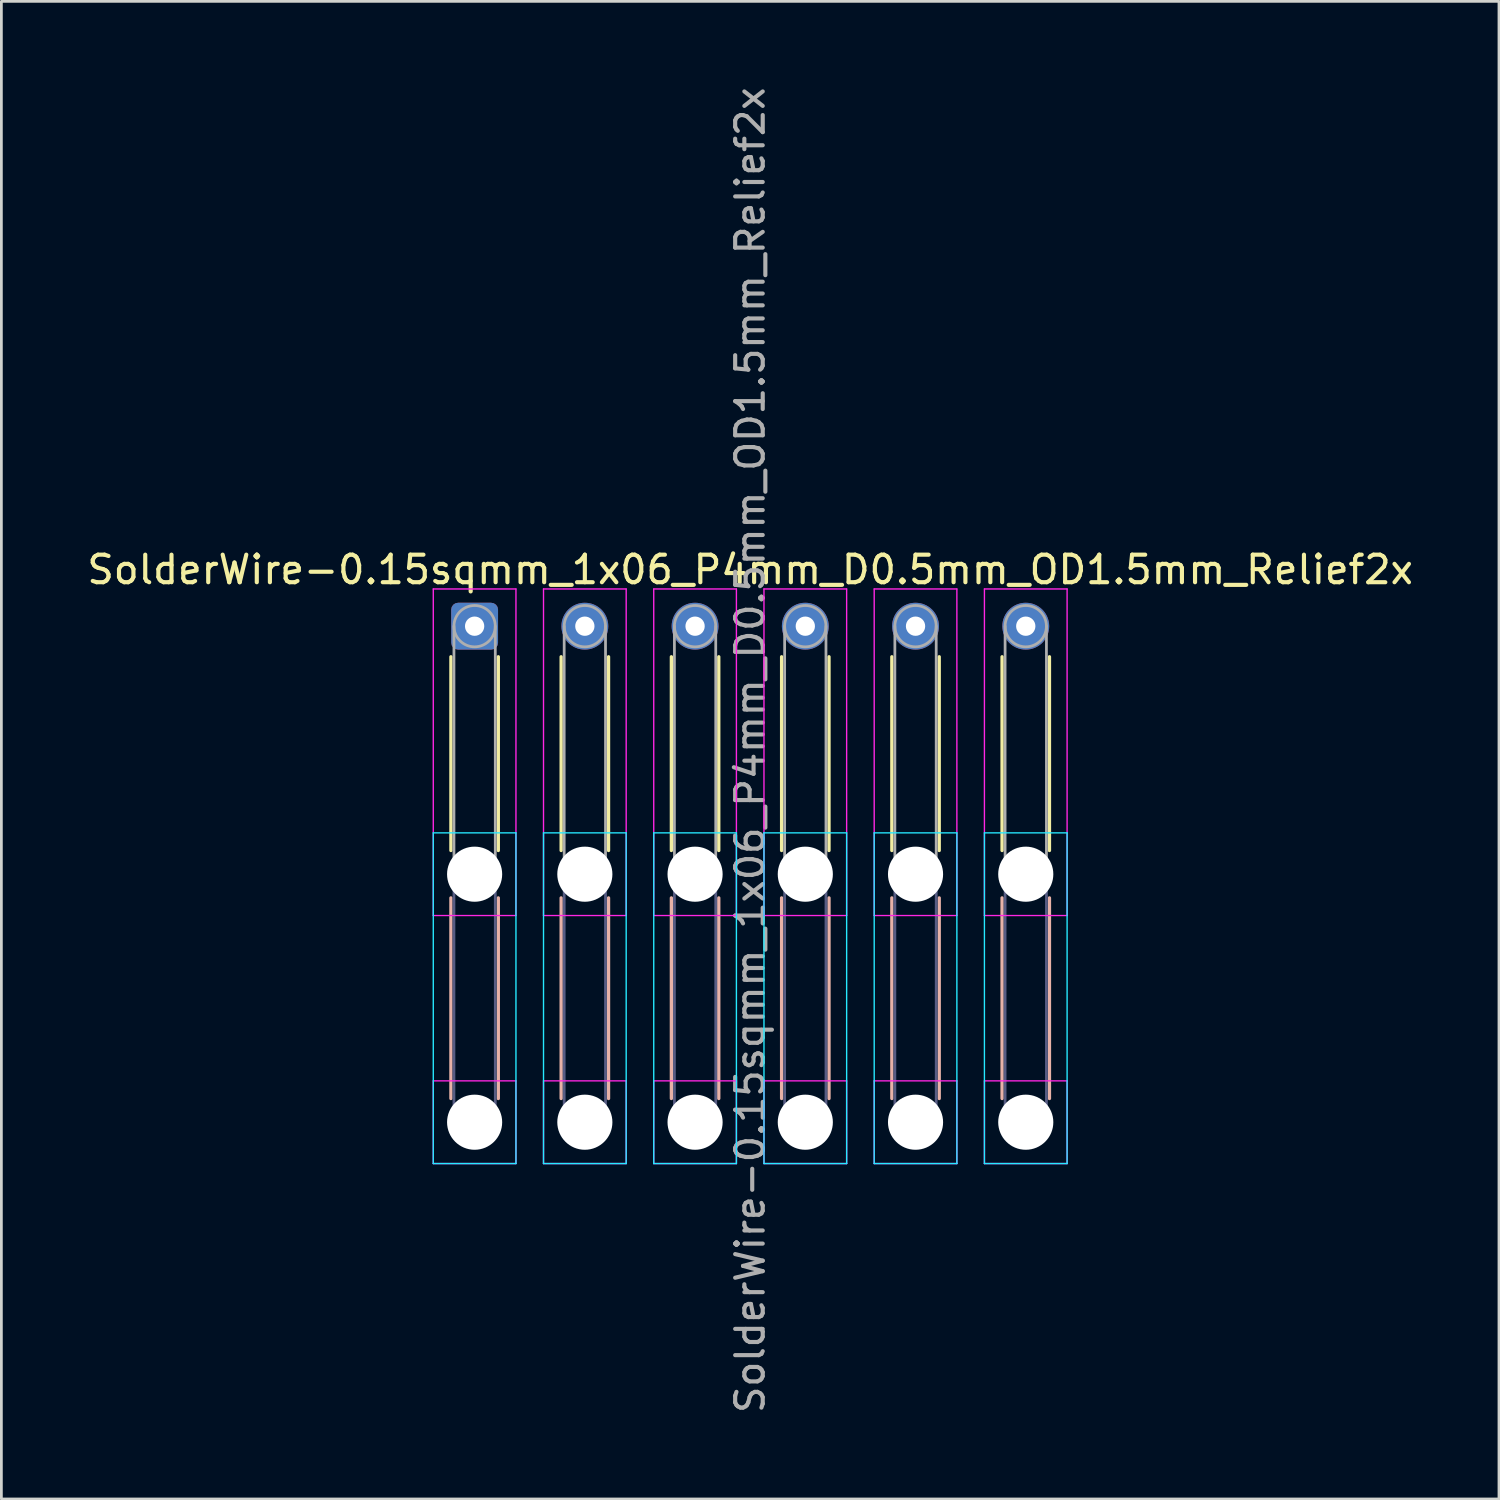
<source format=kicad_pcb>
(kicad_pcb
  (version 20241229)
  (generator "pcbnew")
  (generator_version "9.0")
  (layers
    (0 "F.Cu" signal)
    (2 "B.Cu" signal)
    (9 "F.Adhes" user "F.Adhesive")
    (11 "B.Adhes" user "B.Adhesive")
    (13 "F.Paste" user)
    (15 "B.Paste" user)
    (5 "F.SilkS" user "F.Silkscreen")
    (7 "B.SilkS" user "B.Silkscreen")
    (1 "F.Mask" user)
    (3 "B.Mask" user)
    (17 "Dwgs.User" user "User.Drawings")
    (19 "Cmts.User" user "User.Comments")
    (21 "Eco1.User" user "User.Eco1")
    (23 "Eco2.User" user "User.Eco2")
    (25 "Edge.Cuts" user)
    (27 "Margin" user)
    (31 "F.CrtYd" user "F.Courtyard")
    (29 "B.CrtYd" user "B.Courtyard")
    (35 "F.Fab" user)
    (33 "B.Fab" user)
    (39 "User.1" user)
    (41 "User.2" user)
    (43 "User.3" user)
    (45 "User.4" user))
  (footprint "SolderWire-0.15sqmm_1x06_P4mm_D0.5mm_OD1.5mm_Relief2x"
    (layer "F.Cu")
    (at 14.173 19.673)
    (property "Reference" "SolderWire-0.15sqmm_1x06_P4mm_D0.5mm_OD1.5mm_Relief2x" (at 10 -2.05 0) (layer "F.SilkS") (effects (font (size 1 1) (thickness 0.15))))
    (attr exclude_from_pos_files exclude_from_bom)
    (fp_line (start -0.86 1.11) (end -0.86 8.14) (stroke (width 0.12) (type solid)) (layer "F.SilkS"))
    (fp_line (start 0.86 1.11) (end 0.86 8.14) (stroke (width 0.12) (type solid)) (layer "F.SilkS"))
    (fp_line (start 3.14 1.11) (end 3.14 8.14) (stroke (width 0.12) (type solid)) (layer "F.SilkS"))
    (fp_line (start 4.86 1.11) (end 4.86 8.14) (stroke (width 0.12) (type solid)) (layer "F.SilkS"))
    (fp_line (start 7.14 1.11) (end 7.14 8.14) (stroke (width 0.12) (type solid)) (layer "F.SilkS"))
    (fp_line (start 8.86 1.11) (end 8.86 8.14) (stroke (width 0.12) (type solid)) (layer "F.SilkS"))
    (fp_line (start 11.14 1.11) (end 11.14 8.14) (stroke (width 0.12) (type solid)) (layer "F.SilkS"))
    (fp_line (start 12.86 1.11) (end 12.86 8.14) (stroke (width 0.12) (type solid)) (layer "F.SilkS"))
    (fp_line (start 15.14 1.11) (end 15.14 8.14) (stroke (width 0.12) (type solid)) (layer "F.SilkS"))
    (fp_line (start 16.86 1.11) (end 16.86 8.14) (stroke (width 0.12) (type solid)) (layer "F.SilkS"))
    (fp_line (start 19.14 1.11) (end 19.14 8.14) (stroke (width 0.12) (type solid)) (layer "F.SilkS"))
    (fp_line (start 20.86 1.11) (end 20.86 8.14) (stroke (width 0.12) (type solid)) (layer "F.SilkS"))
    (fp_line (start -0.86 9.86) (end -0.86 17.14) (stroke (width 0.12) (type solid)) (layer "B.SilkS"))
    (fp_line (start 0.86 9.86) (end 0.86 17.14) (stroke (width 0.12) (type solid)) (layer "B.SilkS"))
    (fp_line (start 3.14 9.86) (end 3.14 17.14) (stroke (width 0.12) (type solid)) (layer "B.SilkS"))
    (fp_line (start 4.86 9.86) (end 4.86 17.14) (stroke (width 0.12) (type solid)) (layer "B.SilkS"))
    (fp_line (start 7.14 9.86) (end 7.14 17.14) (stroke (width 0.12) (type solid)) (layer "B.SilkS"))
    (fp_line (start 8.86 9.86) (end 8.86 17.14) (stroke (width 0.12) (type solid)) (layer "B.SilkS"))
    (fp_line (start 11.14 9.86) (end 11.14 17.14) (stroke (width 0.12) (type solid)) (layer "B.SilkS"))
    (fp_line (start 12.86 9.86) (end 12.86 17.14) (stroke (width 0.12) (type solid)) (layer "B.SilkS"))
    (fp_line (start 15.14 9.86) (end 15.14 17.14) (stroke (width 0.12) (type solid)) (layer "B.SilkS"))
    (fp_line (start 16.86 9.86) (end 16.86 17.14) (stroke (width 0.12) (type solid)) (layer "B.SilkS"))
    (fp_line (start 19.14 9.86) (end 19.14 17.14) (stroke (width 0.12) (type solid)) (layer "B.SilkS"))
    (fp_line (start 20.86 9.86) (end 20.86 17.14) (stroke (width 0.12) (type solid)) (layer "B.SilkS"))
    (fp_line (start -1.5 7.5) (end -1.5 19.5) (stroke (width 0.05) (type solid)) (layer "B.CrtYd"))
    (fp_line (start -1.5 19.5) (end 1.5 19.5) (stroke (width 0.05) (type solid)) (layer "B.CrtYd"))
    (fp_line (start 1.5 7.5) (end -1.5 7.5) (stroke (width 0.05) (type solid)) (layer "B.CrtYd"))
    (fp_line (start 1.5 19.5) (end 1.5 7.5) (stroke (width 0.05) (type solid)) (layer "B.CrtYd"))
    (fp_line (start 2.5 7.5) (end 2.5 19.5) (stroke (width 0.05) (type solid)) (layer "B.CrtYd"))
    (fp_line (start 2.5 19.5) (end 5.5 19.5) (stroke (width 0.05) (type solid)) (layer "B.CrtYd"))
    (fp_line (start 5.5 7.5) (end 2.5 7.5) (stroke (width 0.05) (type solid)) (layer "B.CrtYd"))
    (fp_line (start 5.5 19.5) (end 5.5 7.5) (stroke (width 0.05) (type solid)) (layer "B.CrtYd"))
    (fp_line (start 6.5 7.5) (end 6.5 19.5) (stroke (width 0.05) (type solid)) (layer "B.CrtYd"))
    (fp_line (start 6.5 19.5) (end 9.5 19.5) (stroke (width 0.05) (type solid)) (layer "B.CrtYd"))
    (fp_line (start 9.5 7.5) (end 6.5 7.5) (stroke (width 0.05) (type solid)) (layer "B.CrtYd"))
    (fp_line (start 9.5 19.5) (end 9.5 7.5) (stroke (width 0.05) (type solid)) (layer "B.CrtYd"))
    (fp_line (start 10.5 7.5) (end 10.5 19.5) (stroke (width 0.05) (type solid)) (layer "B.CrtYd"))
    (fp_line (start 10.5 19.5) (end 13.5 19.5) (stroke (width 0.05) (type solid)) (layer "B.CrtYd"))
    (fp_line (start 13.5 7.5) (end 10.5 7.5) (stroke (width 0.05) (type solid)) (layer "B.CrtYd"))
    (fp_line (start 13.5 19.5) (end 13.5 7.5) (stroke (width 0.05) (type solid)) (layer "B.CrtYd"))
    (fp_line (start 14.5 7.5) (end 14.5 19.5) (stroke (width 0.05) (type solid)) (layer "B.CrtYd"))
    (fp_line (start 14.5 19.5) (end 17.5 19.5) (stroke (width 0.05) (type solid)) (layer "B.CrtYd"))
    (fp_line (start 17.5 7.5) (end 14.5 7.5) (stroke (width 0.05) (type solid)) (layer "B.CrtYd"))
    (fp_line (start 17.5 19.5) (end 17.5 7.5) (stroke (width 0.05) (type solid)) (layer "B.CrtYd"))
    (fp_line (start 18.5 7.5) (end 18.5 19.5) (stroke (width 0.05) (type solid)) (layer "B.CrtYd"))
    (fp_line (start 18.5 19.5) (end 21.5 19.5) (stroke (width 0.05) (type solid)) (layer "B.CrtYd"))
    (fp_line (start 21.5 7.5) (end 18.5 7.5) (stroke (width 0.05) (type solid)) (layer "B.CrtYd"))
    (fp_line (start 21.5 19.5) (end 21.5 7.5) (stroke (width 0.05) (type solid)) (layer "B.CrtYd"))
    (fp_line (start -1.5 -1.35) (end -1.5 10.5) (stroke (width 0.05) (type solid)) (layer "F.CrtYd"))
    (fp_line (start -1.5 10.5) (end 1.5 10.5) (stroke (width 0.05) (type solid)) (layer "F.CrtYd"))
    (fp_line (start -1.5 16.5) (end -1.5 19.5) (stroke (width 0.05) (type solid)) (layer "F.CrtYd"))
    (fp_line (start -1.5 19.5) (end 1.5 19.5) (stroke (width 0.05) (type solid)) (layer "F.CrtYd"))
    (fp_line (start 1.5 -1.35) (end -1.5 -1.35) (stroke (width 0.05) (type solid)) (layer "F.CrtYd"))
    (fp_line (start 1.5 10.5) (end 1.5 -1.35) (stroke (width 0.05) (type solid)) (layer "F.CrtYd"))
    (fp_line (start 1.5 16.5) (end -1.5 16.5) (stroke (width 0.05) (type solid)) (layer "F.CrtYd"))
    (fp_line (start 1.5 19.5) (end 1.5 16.5) (stroke (width 0.05) (type solid)) (layer "F.CrtYd"))
    (fp_line (start 2.5 -1.35) (end 2.5 10.5) (stroke (width 0.05) (type solid)) (layer "F.CrtYd"))
    (fp_line (start 2.5 10.5) (end 5.5 10.5) (stroke (width 0.05) (type solid)) (layer "F.CrtYd"))
    (fp_line (start 2.5 16.5) (end 2.5 19.5) (stroke (width 0.05) (type solid)) (layer "F.CrtYd"))
    (fp_line (start 2.5 19.5) (end 5.5 19.5) (stroke (width 0.05) (type solid)) (layer "F.CrtYd"))
    (fp_line (start 5.5 -1.35) (end 2.5 -1.35) (stroke (width 0.05) (type solid)) (layer "F.CrtYd"))
    (fp_line (start 5.5 10.5) (end 5.5 -1.35) (stroke (width 0.05) (type solid)) (layer "F.CrtYd"))
    (fp_line (start 5.5 16.5) (end 2.5 16.5) (stroke (width 0.05) (type solid)) (layer "F.CrtYd"))
    (fp_line (start 5.5 19.5) (end 5.5 16.5) (stroke (width 0.05) (type solid)) (layer "F.CrtYd"))
    (fp_line (start 6.5 -1.35) (end 6.5 10.5) (stroke (width 0.05) (type solid)) (layer "F.CrtYd"))
    (fp_line (start 6.5 10.5) (end 9.5 10.5) (stroke (width 0.05) (type solid)) (layer "F.CrtYd"))
    (fp_line (start 6.5 16.5) (end 6.5 19.5) (stroke (width 0.05) (type solid)) (layer "F.CrtYd"))
    (fp_line (start 6.5 19.5) (end 9.5 19.5) (stroke (width 0.05) (type solid)) (layer "F.CrtYd"))
    (fp_line (start 9.5 -1.35) (end 6.5 -1.35) (stroke (width 0.05) (type solid)) (layer "F.CrtYd"))
    (fp_line (start 9.5 10.5) (end 9.5 -1.35) (stroke (width 0.05) (type solid)) (layer "F.CrtYd"))
    (fp_line (start 9.5 16.5) (end 6.5 16.5) (stroke (width 0.05) (type solid)) (layer "F.CrtYd"))
    (fp_line (start 9.5 19.5) (end 9.5 16.5) (stroke (width 0.05) (type solid)) (layer "F.CrtYd"))
    (fp_line (start 10.5 -1.35) (end 10.5 10.5) (stroke (width 0.05) (type solid)) (layer "F.CrtYd"))
    (fp_line (start 10.5 10.5) (end 13.5 10.5) (stroke (width 0.05) (type solid)) (layer "F.CrtYd"))
    (fp_line (start 10.5 16.5) (end 10.5 19.5) (stroke (width 0.05) (type solid)) (layer "F.CrtYd"))
    (fp_line (start 10.5 19.5) (end 13.5 19.5) (stroke (width 0.05) (type solid)) (layer "F.CrtYd"))
    (fp_line (start 13.5 -1.35) (end 10.5 -1.35) (stroke (width 0.05) (type solid)) (layer "F.CrtYd"))
    (fp_line (start 13.5 10.5) (end 13.5 -1.35) (stroke (width 0.05) (type solid)) (layer "F.CrtYd"))
    (fp_line (start 13.5 16.5) (end 10.5 16.5) (stroke (width 0.05) (type solid)) (layer "F.CrtYd"))
    (fp_line (start 13.5 19.5) (end 13.5 16.5) (stroke (width 0.05) (type solid)) (layer "F.CrtYd"))
    (fp_line (start 14.5 -1.35) (end 14.5 10.5) (stroke (width 0.05) (type solid)) (layer "F.CrtYd"))
    (fp_line (start 14.5 10.5) (end 17.5 10.5) (stroke (width 0.05) (type solid)) (layer "F.CrtYd"))
    (fp_line (start 14.5 16.5) (end 14.5 19.5) (stroke (width 0.05) (type solid)) (layer "F.CrtYd"))
    (fp_line (start 14.5 19.5) (end 17.5 19.5) (stroke (width 0.05) (type solid)) (layer "F.CrtYd"))
    (fp_line (start 17.5 -1.35) (end 14.5 -1.35) (stroke (width 0.05) (type solid)) (layer "F.CrtYd"))
    (fp_line (start 17.5 10.5) (end 17.5 -1.35) (stroke (width 0.05) (type solid)) (layer "F.CrtYd"))
    (fp_line (start 17.5 16.5) (end 14.5 16.5) (stroke (width 0.05) (type solid)) (layer "F.CrtYd"))
    (fp_line (start 17.5 19.5) (end 17.5 16.5) (stroke (width 0.05) (type solid)) (layer "F.CrtYd"))
    (fp_line (start 18.5 -1.35) (end 18.5 10.5) (stroke (width 0.05) (type solid)) (layer "F.CrtYd"))
    (fp_line (start 18.5 10.5) (end 21.5 10.5) (stroke (width 0.05) (type solid)) (layer "F.CrtYd"))
    (fp_line (start 18.5 16.5) (end 18.5 19.5) (stroke (width 0.05) (type solid)) (layer "F.CrtYd"))
    (fp_line (start 18.5 19.5) (end 21.5 19.5) (stroke (width 0.05) (type solid)) (layer "F.CrtYd"))
    (fp_line (start 21.5 -1.35) (end 18.5 -1.35) (stroke (width 0.05) (type solid)) (layer "F.CrtYd"))
    (fp_line (start 21.5 10.5) (end 21.5 -1.35) (stroke (width 0.05) (type solid)) (layer "F.CrtYd"))
    (fp_line (start 21.5 16.5) (end 18.5 16.5) (stroke (width 0.05) (type solid)) (layer "F.CrtYd"))
    (fp_line (start 21.5 19.5) (end 21.5 16.5) (stroke (width 0.05) (type solid)) (layer "F.CrtYd"))
    (fp_line (start -0.75 9) (end -0.75 18) (stroke (width 0.1) (type solid)) (layer "B.Fab"))
    (fp_line (start 0.75 9) (end 0.75 18) (stroke (width 0.1) (type solid)) (layer "B.Fab"))
    (fp_line (start 3.25 9) (end 3.25 18) (stroke (width 0.1) (type solid)) (layer "B.Fab"))
    (fp_line (start 4.75 9) (end 4.75 18) (stroke (width 0.1) (type solid)) (layer "B.Fab"))
    (fp_line (start 7.25 9) (end 7.25 18) (stroke (width 0.1) (type solid)) (layer "B.Fab"))
    (fp_line (start 8.75 9) (end 8.75 18) (stroke (width 0.1) (type solid)) (layer "B.Fab"))
    (fp_line (start 11.25 9) (end 11.25 18) (stroke (width 0.1) (type solid)) (layer "B.Fab"))
    (fp_line (start 12.75 9) (end 12.75 18) (stroke (width 0.1) (type solid)) (layer "B.Fab"))
    (fp_line (start 15.25 9) (end 15.25 18) (stroke (width 0.1) (type solid)) (layer "B.Fab"))
    (fp_line (start 16.75 9) (end 16.75 18) (stroke (width 0.1) (type solid)) (layer "B.Fab"))
    (fp_line (start 19.25 9) (end 19.25 18) (stroke (width 0.1) (type solid)) (layer "B.Fab"))
    (fp_line (start 20.75 9) (end 20.75 18) (stroke (width 0.1) (type solid)) (layer "B.Fab"))
    (fp_circle (center 0 9) (end 0.75 9) (stroke (width 0.1) (type solid)) (fill no) (layer "B.Fab"))
    (fp_circle (center 0 18) (end 0.75 18) (stroke (width 0.1) (type solid)) (fill no) (layer "B.Fab"))
    (fp_circle (center 4 9) (end 4.75 9) (stroke (width 0.1) (type solid)) (fill no) (layer "B.Fab"))
    (fp_circle (center 4 18) (end 4.75 18) (stroke (width 0.1) (type solid)) (fill no) (layer "B.Fab"))
    (fp_circle (center 8 9) (end 8.75 9) (stroke (width 0.1) (type solid)) (fill no) (layer "B.Fab"))
    (fp_circle (center 8 18) (end 8.75 18) (stroke (width 0.1) (type solid)) (fill no) (layer "B.Fab"))
    (fp_circle (center 12 9) (end 12.75 9) (stroke (width 0.1) (type solid)) (fill no) (layer "B.Fab"))
    (fp_circle (center 12 18) (end 12.75 18) (stroke (width 0.1) (type solid)) (fill no) (layer "B.Fab"))
    (fp_circle (center 16 9) (end 16.75 9) (stroke (width 0.1) (type solid)) (fill no) (layer "B.Fab"))
    (fp_circle (center 16 18) (end 16.75 18) (stroke (width 0.1) (type solid)) (fill no) (layer "B.Fab"))
    (fp_circle (center 20 9) (end 20.75 9) (stroke (width 0.1) (type solid)) (fill no) (layer "B.Fab"))
    (fp_circle (center 20 18) (end 20.75 18) (stroke (width 0.1) (type solid)) (fill no) (layer "B.Fab"))
    (fp_line (start -0.75 0) (end -0.75 9) (stroke (width 0.1) (type solid)) (layer "F.Fab"))
    (fp_line (start 0.75 0) (end 0.75 9) (stroke (width 0.1) (type solid)) (layer "F.Fab"))
    (fp_line (start 3.25 0) (end 3.25 9) (stroke (width 0.1) (type solid)) (layer "F.Fab"))
    (fp_line (start 4.75 0) (end 4.75 9) (stroke (width 0.1) (type solid)) (layer "F.Fab"))
    (fp_line (start 7.25 0) (end 7.25 9) (stroke (width 0.1) (type solid)) (layer "F.Fab"))
    (fp_line (start 8.75 0) (end 8.75 9) (stroke (width 0.1) (type solid)) (layer "F.Fab"))
    (fp_line (start 11.25 0) (end 11.25 9) (stroke (width 0.1) (type solid)) (layer "F.Fab"))
    (fp_line (start 12.75 0) (end 12.75 9) (stroke (width 0.1) (type solid)) (layer "F.Fab"))
    (fp_line (start 15.25 0) (end 15.25 9) (stroke (width 0.1) (type solid)) (layer "F.Fab"))
    (fp_line (start 16.75 0) (end 16.75 9) (stroke (width 0.1) (type solid)) (layer "F.Fab"))
    (fp_line (start 19.25 0) (end 19.25 9) (stroke (width 0.1) (type solid)) (layer "F.Fab"))
    (fp_line (start 20.75 0) (end 20.75 9) (stroke (width 0.1) (type solid)) (layer "F.Fab"))
    (fp_circle (center 0 0) (end 0.75 0) (stroke (width 0.1) (type solid)) (fill no) (layer "F.Fab"))
    (fp_circle (center 0 9) (end 0.75 9) (stroke (width 0.1) (type solid)) (fill no) (layer "F.Fab"))
    (fp_circle (center 0 18) (end 0.75 18) (stroke (width 0.1) (type solid)) (fill no) (layer "F.Fab"))
    (fp_circle (center 4 0) (end 4.75 0) (stroke (width 0.1) (type solid)) (fill no) (layer "F.Fab"))
    (fp_circle (center 4 9) (end 4.75 9) (stroke (width 0.1) (type solid)) (fill no) (layer "F.Fab"))
    (fp_circle (center 4 18) (end 4.75 18) (stroke (width 0.1) (type solid)) (fill no) (layer "F.Fab"))
    (fp_circle (center 8 0) (end 8.75 0) (stroke (width 0.1) (type solid)) (fill no) (layer "F.Fab"))
    (fp_circle (center 8 9) (end 8.75 9) (stroke (width 0.1) (type solid)) (fill no) (layer "F.Fab"))
    (fp_circle (center 8 18) (end 8.75 18) (stroke (width 0.1) (type solid)) (fill no) (layer "F.Fab"))
    (fp_circle (center 12 0) (end 12.75 0) (stroke (width 0.1) (type solid)) (fill no) (layer "F.Fab"))
    (fp_circle (center 12 9) (end 12.75 9) (stroke (width 0.1) (type solid)) (fill no) (layer "F.Fab"))
    (fp_circle (center 12 18) (end 12.75 18) (stroke (width 0.1) (type solid)) (fill no) (layer "F.Fab"))
    (fp_circle (center 16 0) (end 16.75 0) (stroke (width 0.1) (type solid)) (fill no) (layer "F.Fab"))
    (fp_circle (center 16 9) (end 16.75 9) (stroke (width 0.1) (type solid)) (fill no) (layer "F.Fab"))
    (fp_circle (center 16 18) (end 16.75 18) (stroke (width 0.1) (type solid)) (fill no) (layer "F.Fab"))
    (fp_circle (center 20 0) (end 20.75 0) (stroke (width 0.1) (type solid)) (fill no) (layer "F.Fab"))
    (fp_circle (center 20 9) (end 20.75 9) (stroke (width 0.1) (type solid)) (fill no) (layer "F.Fab"))
    (fp_circle (center 20 18) (end 20.75 18) (stroke (width 0.1) (type solid)) (fill no) (layer "F.Fab"))
    (fp_text user "${REFERENCE}" (at 10 4.5 90) (layer "F.Fab") (effects (font (size 1 1) (thickness 0.15))))
    (pad "" np_thru_hole circle (at 0 9) (size 2 2) (drill 2) (layers "*.Cu" "*.Mask"))
    (pad "" np_thru_hole circle (at 0 18) (size 2 2) (drill 2) (layers "*.Cu" "*.Mask"))
    (pad "" np_thru_hole circle (at 4 9) (size 2 2) (drill 2) (layers "*.Cu" "*.Mask"))
    (pad "" np_thru_hole circle (at 4 18) (size 2 2) (drill 2) (layers "*.Cu" "*.Mask"))
    (pad "" np_thru_hole circle (at 8 9) (size 2 2) (drill 2) (layers "*.Cu" "*.Mask"))
    (pad "" np_thru_hole circle (at 8 18) (size 2 2) (drill 2) (layers "*.Cu" "*.Mask"))
    (pad "" np_thru_hole circle (at 12 9) (size 2 2) (drill 2) (layers "*.Cu" "*.Mask"))
    (pad "" np_thru_hole circle (at 12 18) (size 2 2) (drill 2) (layers "*.Cu" "*.Mask"))
    (pad "" np_thru_hole circle (at 16 9) (size 2 2) (drill 2) (layers "*.Cu" "*.Mask"))
    (pad "" np_thru_hole circle (at 16 18) (size 2 2) (drill 2) (layers "*.Cu" "*.Mask"))
    (pad "" np_thru_hole circle (at 20 9) (size 2 2) (drill 2) (layers "*.Cu" "*.Mask"))
    (pad "" np_thru_hole circle (at 20 18) (size 2 2) (drill 2) (layers "*.Cu" "*.Mask"))
    (pad "1" thru_hole roundrect (at 0 0) (size 1.7 1.7) (drill 0.7) (layers "*.Cu" "*.Mask") (roundrect_rratio 0.147))
    (pad "2" thru_hole circle (at 4 0) (size 1.7 1.7) (drill 0.7) (layers "*.Cu" "*.Mask"))
    (pad "3" thru_hole circle (at 8 0) (size 1.7 1.7) (drill 0.7) (layers "*.Cu" "*.Mask"))
    (pad "4" thru_hole circle (at 12 0) (size 1.7 1.7) (drill 0.7) (layers "*.Cu" "*.Mask"))
    (pad "5" thru_hole circle (at 16 0) (size 1.7 1.7) (drill 0.7) (layers "*.Cu" "*.Mask"))
    (pad "6" thru_hole circle (at 20 0) (size 1.7 1.7) (drill 0.7) (layers "*.Cu" "*.Mask")))
  (gr_rect
    (start -3 -3)
    (end 51.345 51.345)
    (stroke (width 0.1) (type default))
    (fill no)
    (layer "Edge.Cuts")))
</source>
